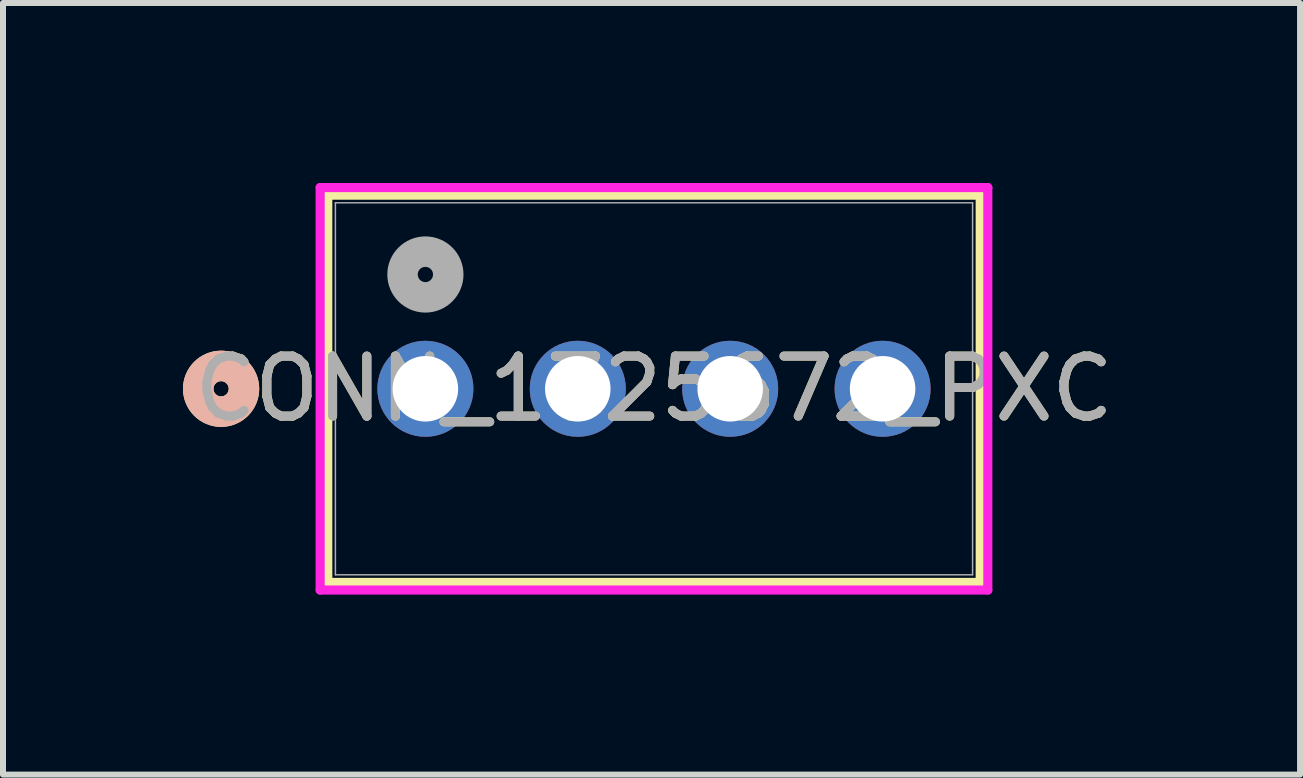
<source format=kicad_pcb>
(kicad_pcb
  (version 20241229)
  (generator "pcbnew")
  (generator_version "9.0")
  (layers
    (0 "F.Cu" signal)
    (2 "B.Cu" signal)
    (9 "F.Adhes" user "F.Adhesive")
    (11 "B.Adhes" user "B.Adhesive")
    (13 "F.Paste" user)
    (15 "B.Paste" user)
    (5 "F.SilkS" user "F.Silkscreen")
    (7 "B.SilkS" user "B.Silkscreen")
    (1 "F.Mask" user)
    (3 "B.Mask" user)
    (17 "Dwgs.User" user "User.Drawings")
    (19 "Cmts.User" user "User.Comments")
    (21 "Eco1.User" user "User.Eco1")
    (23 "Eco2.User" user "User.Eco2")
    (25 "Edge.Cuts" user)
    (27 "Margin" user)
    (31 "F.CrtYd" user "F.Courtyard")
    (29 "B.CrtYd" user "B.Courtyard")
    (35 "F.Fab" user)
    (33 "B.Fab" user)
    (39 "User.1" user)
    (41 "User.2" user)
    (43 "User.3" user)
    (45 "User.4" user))
  (footprint "CONN_1725672_PXC"
    (layer "F.Cu")
    (at 4.04 3.43)
    (property "Reference" "CONN_1725672_PXC" (at 3.81 0 0) (unlocked yes) (layer "F.SilkS") (effects (font (size 1 1) (thickness 0.15))))
    (attr through_hole)
    (fp_line (start -1.627 -3.227) (end -1.627 3.227) (stroke (width 0.152) (type solid)) (layer "F.SilkS"))
    (fp_line (start -1.627 3.227) (end 9.247 3.227) (stroke (width 0.152) (type solid)) (layer "F.SilkS"))
    (fp_line (start 9.247 -3.227) (end -1.627 -3.227) (stroke (width 0.152) (type solid)) (layer "F.SilkS"))
    (fp_line (start 9.247 3.227) (end 9.247 -3.227) (stroke (width 0.152) (type solid)) (layer "F.SilkS"))
    (fp_circle (center -3.405 0) (end -3.024 0) (stroke (width 0.508) (type solid)) (fill no) (layer "F.SilkS"))
    (fp_circle (center -3.405 0) (end -3.024 0) (stroke (width 0.508) (type solid)) (fill no) (layer "B.SilkS"))
    (fp_line (start -1.754 -3.354) (end -1.754 3.354) (stroke (width 0.152) (type solid)) (layer "F.CrtYd"))
    (fp_line (start -1.754 3.354) (end 9.374 3.354) (stroke (width 0.152) (type solid)) (layer "F.CrtYd"))
    (fp_line (start 9.374 -3.354) (end -1.754 -3.354) (stroke (width 0.152) (type solid)) (layer "F.CrtYd"))
    (fp_line (start 9.374 3.354) (end 9.374 -3.354) (stroke (width 0.152) (type solid)) (layer "F.CrtYd"))
    (fp_line (start -1.5 -3.1) (end -1.5 3.1) (stroke (width 0.025) (type solid)) (layer "F.Fab"))
    (fp_line (start -1.5 3.1) (end 9.12 3.1) (stroke (width 0.025) (type solid)) (layer "F.Fab"))
    (fp_line (start 9.12 -3.1) (end -1.5 -3.1) (stroke (width 0.025) (type solid)) (layer "F.Fab"))
    (fp_line (start 9.12 3.1) (end 9.12 -3.1) (stroke (width 0.025) (type solid)) (layer "F.Fab"))
    (fp_circle (center 0 -1.905) (end 0.381 -1.905) (stroke (width 0.508) (type solid)) (fill no) (layer "F.Fab"))
    (fp_text user "${REFERENCE}" (at 3.81 0 0) (unlocked yes) (layer "F.Fab") (effects (font (size 1 1) (thickness 0.15))))
    (pad "1" thru_hole circle (at 0 0) (size 1.6 1.6) (drill 1.092) (layers "*.Cu" "*.Mask"))
    (pad "2" thru_hole circle (at 2.54 0) (size 1.6 1.6) (drill 1.092) (layers "*.Cu" "*.Mask"))
    (pad "3" thru_hole circle (at 5.08 0) (size 1.6 1.6) (drill 1.092) (layers "*.Cu" "*.Mask"))
    (pad "4" thru_hole circle (at 7.62 0) (size 1.6 1.6) (drill 1.092) (layers "*.Cu" "*.Mask")))
  (gr_rect
    (start -3 -3)
    (end 18.618 9.86)
    (stroke (width 0.1) (type default))
    (fill no)
    (layer "Edge.Cuts")))
</source>
